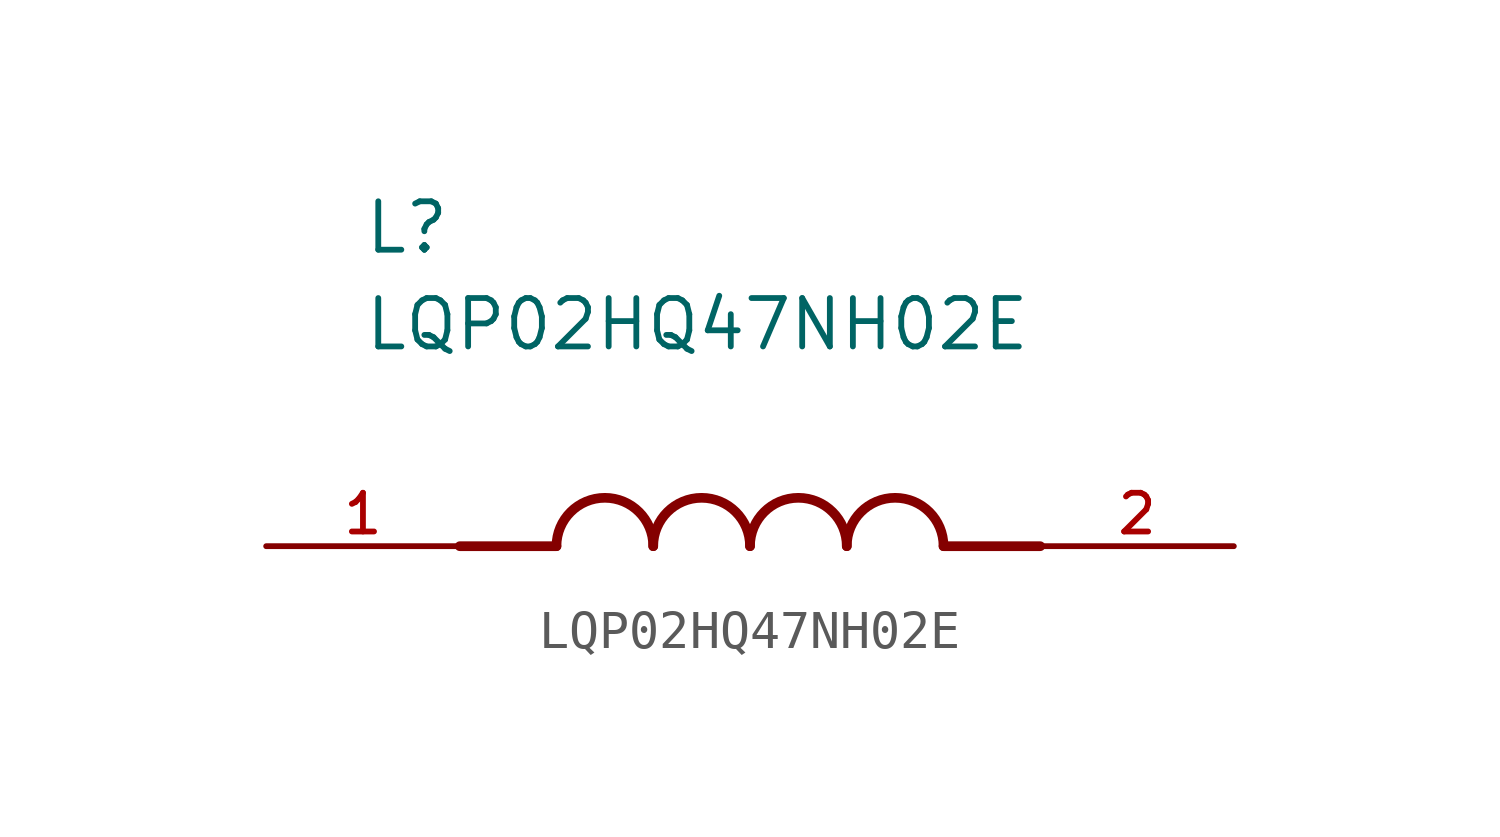
<source format=kicad_sym>
(kicad_symbol_lib
  (version 20211014)
  (generator kicad_symbol_editor)
  (symbol "LQP02HQ47NH02E"
    (pin_names
      (offset 1.016))
    (property "Reference" "L"
      (at -10.16 7.62 0)
      (effects (font (size 1.27 1.27)) (justify bottom left)))
    (property "Value" "LQP02HQ47NH02E"
      (at -10.16 5.08 0)
      (effects (font (size 1.27 1.27)) (justify bottom left)))
    (symbol "LQP02HQ47NH02E_0_0"
      (polyline (pts (xy -5.08 0.0) (xy -7.62 0.0)) (stroke (width 0.254)))
      (polyline (pts (xy 5.08 0.0) (xy 7.62 0.0)) (stroke (width 0.254)))
      (arc (start -2.54 0.0) (mid -3.81 1.27) (end -5.08 0.0) (stroke (width 0.254) (type default) (color 0 0 0 0)) (fill (type none)))
      (arc (start 0.0 0.0) (mid -1.27 1.27) (end -2.54 0.0) (stroke (width 0.254) (type default) (color 0 0 0 0)) (fill (type none)))
      (arc (start 2.54 0.0) (mid 1.27 1.27) (end 0.0 0.0) (stroke (width 0.254) (type default) (color 0 0 0 0)) (fill (type none)))
      (arc (start 5.08 0.0) (mid 3.81 1.27) (end 2.54 0.0) (stroke (width 0.254) (type default) (color 0 0 0 0)) (fill (type none)))
      (pin passive line (at -12.7 0.0 0) (length 5.08) (name "~" (effects (font (size 1.016 1.016)))) (number "1" (effects (font (size 1.016 1.016)))))
      (pin passive line (at 12.7 0.0 180.0) (length 5.08) (name "~" (effects (font (size 1.016 1.016)))) (number "2" (effects (font (size 1.016 1.016))))))))
</source>
